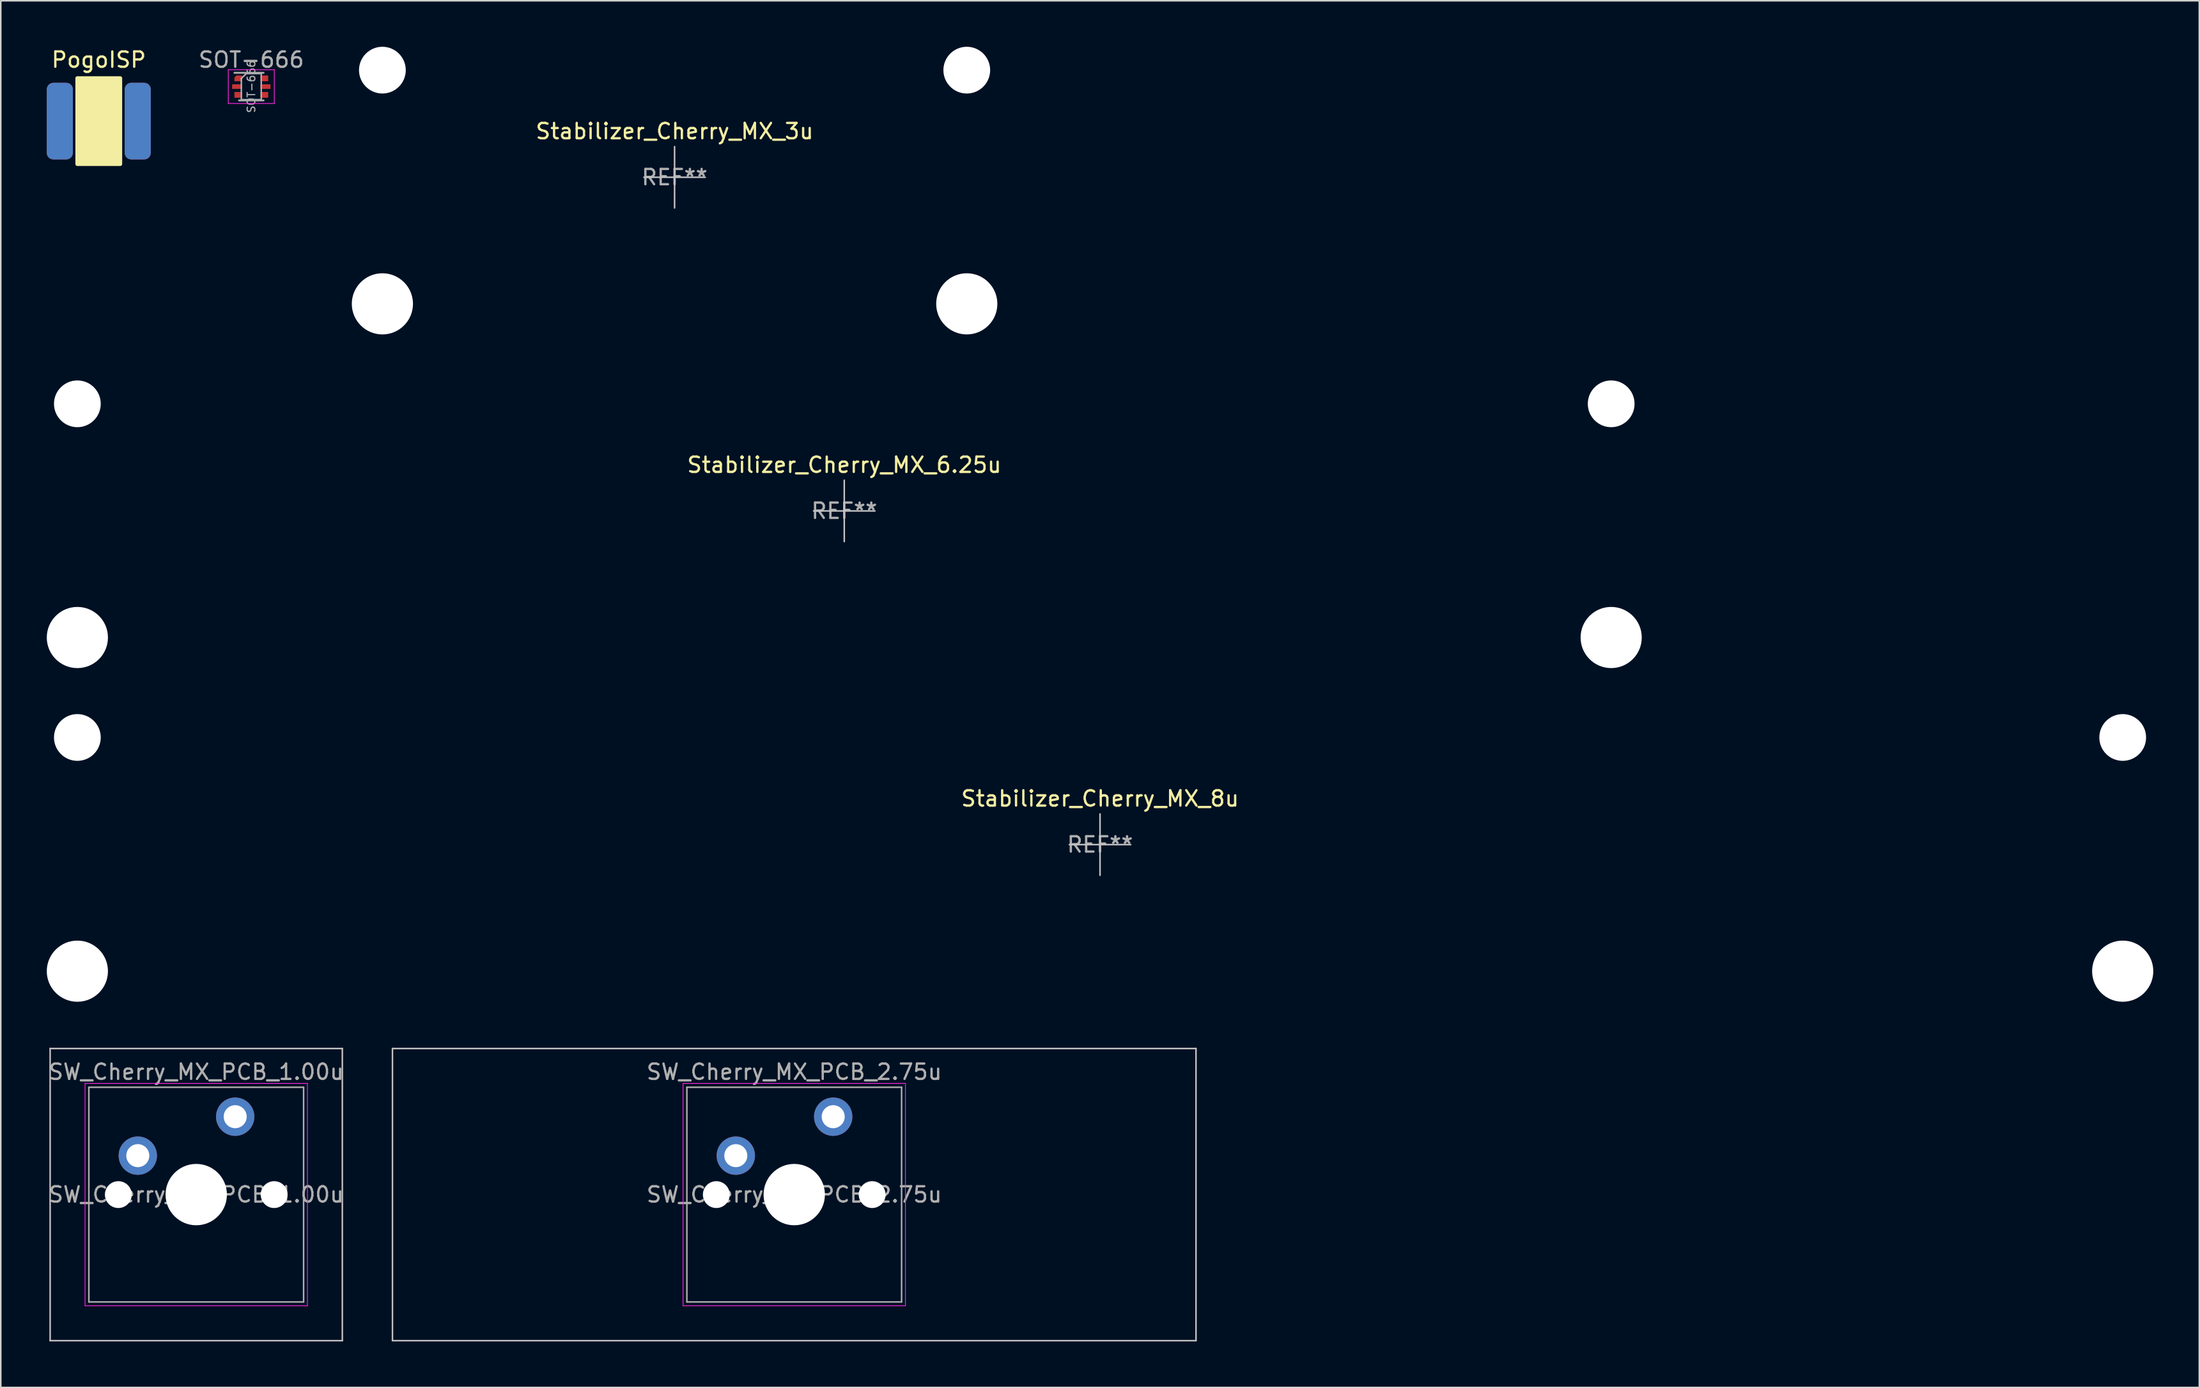
<source format=kicad_pcb>
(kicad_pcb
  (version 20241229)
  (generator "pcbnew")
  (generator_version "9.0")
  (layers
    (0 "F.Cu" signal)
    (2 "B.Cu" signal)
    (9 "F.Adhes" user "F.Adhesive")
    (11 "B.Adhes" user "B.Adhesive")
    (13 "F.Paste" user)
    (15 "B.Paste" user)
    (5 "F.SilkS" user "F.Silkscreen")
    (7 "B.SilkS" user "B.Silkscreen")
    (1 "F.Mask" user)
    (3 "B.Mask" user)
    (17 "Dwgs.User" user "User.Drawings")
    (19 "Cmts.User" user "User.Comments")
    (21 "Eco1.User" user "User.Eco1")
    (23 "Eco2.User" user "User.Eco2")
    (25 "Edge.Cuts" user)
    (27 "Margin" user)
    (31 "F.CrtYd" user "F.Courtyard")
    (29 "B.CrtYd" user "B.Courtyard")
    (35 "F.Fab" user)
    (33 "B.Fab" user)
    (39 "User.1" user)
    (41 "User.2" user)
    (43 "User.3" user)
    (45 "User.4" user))
  (footprint "Stabilizer_Cherry_MX_6.25u"
    (layer "F.Cu")
    (at 51.994 30.267)
    (property "Reference" "Stabilizer_Cherry_MX_6.25u" (at 0 -3 0) (layer "F.SilkS") (effects (font (size 1 1) (thickness 0.15))))
    (attr exclude_from_pos_files exclude_from_bom)
    (fp_line (start -2 0) (end 2 0) (stroke (width 0.1) (type solid)) (layer "Dwgs.User"))
    (fp_line (start 0 2) (end 0 -2) (stroke (width 0.1) (type solid)) (layer "Dwgs.User"))
    (fp_text user "REF**" (at 0 0 0) (layer "F.Fab") (effects (font (size 1 1) (thickness 0.15))))
    (pad "" np_thru_hole circle (at -50 -6.985) (size 3.048 3.048) (drill 3.048) (layers "*.Cu" "*.Mask"))
    (pad "" np_thru_hole circle (at -50 8.255) (size 3.988 3.988) (drill 3.988) (layers "*.Cu" "*.Mask"))
    (pad "" np_thru_hole circle (at 50 -6.985) (size 3.048 3.048) (drill 3.048) (layers "*.Cu" "*.Mask"))
    (pad "" np_thru_hole circle (at 50 8.255) (size 3.988 3.988) (drill 3.988) (layers "*.Cu" "*.Mask")))
  (footprint "SOT-666"
    (layer "F.Cu")
    (at 13.334 2.598)
    (property "Reference" "SOT-666" (at 0 -1.75 0) (layer "F.Fab") (effects (font (size 1 1) (thickness 0.15))))
    (attr smd)
    (fp_line (start -1.5 -1.1) (end -1.5 1.1) (stroke (width 0.05) (type solid)) (layer "F.CrtYd"))
    (fp_line (start -1.5 -1.1) (end 1.5 -1.1) (stroke (width 0.05) (type solid)) (layer "F.CrtYd"))
    (fp_line (start -1.5 1.1) (end 1.5 1.1) (stroke (width 0.05) (type solid)) (layer "F.CrtYd"))
    (fp_line (start 1.5 1.1) (end 1.5 -1.1) (stroke (width 0.05) (type solid)) (layer "F.CrtYd"))
    (fp_line (start -0.8 0.9) (end 0.8 0.9) (stroke (width 0.12) (type solid)) (layer "F.Fab"))
    (fp_line (start -0.65 -0.53) (end -0.65 0.85) (stroke (width 0.1) (type solid)) (layer "F.Fab"))
    (fp_line (start -0.65 -0.53) (end -0.33 -0.85) (stroke (width 0.1) (type solid)) (layer "F.Fab"))
    (fp_line (start 0.65 -0.85) (end -0.33 -0.85) (stroke (width 0.1) (type solid)) (layer "F.Fab"))
    (fp_line (start 0.65 -0.85) (end 0.65 0.85) (stroke (width 0.1) (type solid)) (layer "F.Fab"))
    (fp_line (start 0.65 0.85) (end -0.65 0.85) (stroke (width 0.1) (type solid)) (layer "F.Fab"))
    (fp_line (start 0.8 -0.9) (end -1.1 -0.9) (stroke (width 0.12) (type solid)) (layer "F.Fab"))
    (fp_text user "${REFERENCE}" (at 0 0 90) (layer "F.Fab") (effects (font (size 0.5 0.5) (thickness 0.075))))
    (pad "1" smd roundrect (at -0.85 -0.537) (size 0.5 0.375) (layers "F.Cu" "F.Mask" "F.Paste") (roundrect_rratio 0) (chamfer_ratio 0.35) (chamfer top_left))
    (pad "2" smd rect (at -0.925 0) (size 0.65 0.3) (layers "F.Cu" "F.Mask" "F.Paste"))
    (pad "3" smd rect (at -0.85 0.537) (size 0.5 0.375) (layers "F.Cu" "F.Mask" "F.Paste"))
    (pad "4" smd rect (at 0.85 0.537) (size 0.5 0.375) (layers "F.Cu" "F.Mask" "F.Paste"))
    (pad "5" smd rect (at 0.925 0) (size 0.65 0.3) (layers "F.Cu" "F.Mask" "F.Paste"))
    (pad "6" smd rect (at 0.85 -0.537) (size 0.5 0.375) (layers "F.Cu" "F.Mask" "F.Paste")))
  (footprint "PogoISP"
    (layer "F.Cu")
    (at 3.39 4.848)
    (property "Reference" "PogoISP" (at 0 -4 0) (layer "F.SilkS") (effects (font (size 1 1) (thickness 0.15))))
    (attr through_hole)
    (fp_rect (start -1.4 -2.8) (end 1.4 2.8) (stroke (width 0.25) (type solid)) (fill yes) (layer "F.SilkS"))
    (pad "1" smd roundrect (at -2.54 0 90) (size 5 1.7) (layers "F.Cu" "F.Mask" "F.Paste") (roundrect_rratio 0.25))
    (pad "2" smd roundrect (at -2.54 0 90) (size 5 1.7) (layers "B.Cu" "B.Mask" "B.Paste") (roundrect_rratio 0.25))
    (pad "3" smd roundrect (at 0 0 90) (size 5 1.7) (layers "F.Cu" "F.Mask" "F.Paste") (roundrect_rratio 0.25))
    (pad "4" smd roundrect (at 0 0 90) (size 5 1.7) (layers "B.Cu" "B.Mask" "B.Paste") (roundrect_rratio 0.25))
    (pad "5" smd roundrect (at 2.54 0 90) (size 5 1.7) (layers "F.Cu" "F.Mask" "F.Paste") (roundrect_rratio 0.25))
    (pad "6" smd roundrect (at 2.54 0 90) (size 5 1.7) (layers "B.Cu" "B.Mask" "B.Paste") (roundrect_rratio 0.25)))
  (footprint "SW_Cherry_MX_PCB_2.75u"
    (layer "F.Cu")
    (at 48.732 74.849)
    (property "Reference" "SW_Cherry_MX_PCB_2.75u" (at 0 -8 0) (layer "F.Fab") (effects (font (size 1 1) (thickness 0.15))))
    (fp_line (start -26.194 -9.525) (end -26.194 9.525) (stroke (width 0.1) (type solid)) (layer "Dwgs.User"))
    (fp_line (start -26.194 9.525) (end 26.194 9.525) (stroke (width 0.1) (type solid)) (layer "Dwgs.User"))
    (fp_line (start 26.194 -9.525) (end -26.194 -9.525) (stroke (width 0.1) (type solid)) (layer "Dwgs.User"))
    (fp_line (start 26.194 9.525) (end 26.194 -9.525) (stroke (width 0.1) (type solid)) (layer "Dwgs.User"))
    (fp_line (start -7.25 -7.25) (end -7.25 7.25) (stroke (width 0.05) (type solid)) (layer "F.CrtYd"))
    (fp_line (start -7.25 7.25) (end 7.25 7.25) (stroke (width 0.05) (type solid)) (layer "F.CrtYd"))
    (fp_line (start 7.25 -7.25) (end -7.25 -7.25) (stroke (width 0.05) (type solid)) (layer "F.CrtYd"))
    (fp_line (start 7.25 7.25) (end 7.25 -7.25) (stroke (width 0.05) (type solid)) (layer "F.CrtYd"))
    (fp_line (start -7 -7) (end -7 7) (stroke (width 0.1) (type solid)) (layer "F.Fab"))
    (fp_line (start -7 7) (end 7 7) (stroke (width 0.1) (type solid)) (layer "F.Fab"))
    (fp_line (start 7 -7) (end -7 -7) (stroke (width 0.1) (type solid)) (layer "F.Fab"))
    (fp_line (start 7 7) (end 7 -7) (stroke (width 0.1) (type solid)) (layer "F.Fab"))
    (fp_text user "${REFERENCE}" (at 0 0 0) (layer "F.Fab") (effects (font (size 1 1) (thickness 0.15))))
    (pad "" np_thru_hole circle (at -5.08 0) (size 1.75 1.75) (drill 1.75) (layers "*.Cu" "*.Mask"))
    (pad "" np_thru_hole circle (at 0 0) (size 4 4) (drill 4) (layers "*.Cu" "*.Mask"))
    (pad "" np_thru_hole circle (at 5.08 0) (size 1.75 1.75) (drill 1.75) (layers "*.Cu" "*.Mask"))
    (pad "1" thru_hole circle (at -3.81 -2.54) (size 2.5 2.5) (drill 1.5) (layers "*.Cu" "*.Mask"))
    (pad "2" thru_hole circle (at 2.54 -5.08) (size 2.5 2.5) (drill 1.5) (layers "*.Cu" "*.Mask")))
  (footprint "Stabilizer_Cherry_MX_8u"
    (layer "F.Cu")
    (at 68.669 52.025)
    (property "Reference" "Stabilizer_Cherry_MX_8u" (at 0 -3 0) (layer "F.SilkS") (effects (font (size 1 1) (thickness 0.15))))
    (attr exclude_from_pos_files exclude_from_bom)
    (fp_line (start -2 0) (end 2 0) (stroke (width 0.1) (type solid)) (layer "Dwgs.User"))
    (fp_line (start 0 2) (end 0 -2) (stroke (width 0.1) (type solid)) (layer "Dwgs.User"))
    (fp_text user "REF**" (at 0 0 0) (layer "F.Fab") (effects (font (size 1 1) (thickness 0.15))))
    (pad "" np_thru_hole circle (at -66.675 -6.985) (size 3.048 3.048) (drill 3.048) (layers "*.Cu" "*.Mask"))
    (pad "" np_thru_hole circle (at -66.675 8.255) (size 3.988 3.988) (drill 3.988) (layers "*.Cu" "*.Mask"))
    (pad "" np_thru_hole circle (at 66.675 -6.985) (size 3.048 3.048) (drill 3.048) (layers "*.Cu" "*.Mask"))
    (pad "" np_thru_hole circle (at 66.675 8.255) (size 3.988 3.988) (drill 3.988) (layers "*.Cu" "*.Mask")))
  (footprint "SW_Cherry_MX_PCB_1.00u"
    (layer "F.Cu")
    (at 9.744 74.849)
    (property "Reference" "SW_Cherry_MX_PCB_1.00u" (at 0 -8 0) (layer "F.Fab") (effects (font (size 1 1) (thickness 0.15))))
    (fp_line (start -9.525 -9.525) (end -9.525 9.525) (stroke (width 0.1) (type solid)) (layer "Dwgs.User"))
    (fp_line (start -9.525 9.525) (end 9.525 9.525) (stroke (width 0.1) (type solid)) (layer "Dwgs.User"))
    (fp_line (start 9.525 -9.525) (end -9.525 -9.525) (stroke (width 0.1) (type solid)) (layer "Dwgs.User"))
    (fp_line (start 9.525 9.525) (end 9.525 -9.525) (stroke (width 0.1) (type solid)) (layer "Dwgs.User"))
    (fp_line (start -7.25 -7.25) (end -7.25 7.25) (stroke (width 0.05) (type solid)) (layer "F.CrtYd"))
    (fp_line (start -7.25 7.25) (end 7.25 7.25) (stroke (width 0.05) (type solid)) (layer "F.CrtYd"))
    (fp_line (start 7.25 -7.25) (end -7.25 -7.25) (stroke (width 0.05) (type solid)) (layer "F.CrtYd"))
    (fp_line (start 7.25 7.25) (end 7.25 -7.25) (stroke (width 0.05) (type solid)) (layer "F.CrtYd"))
    (fp_line (start -7 -7) (end -7 7) (stroke (width 0.1) (type solid)) (layer "F.Fab"))
    (fp_line (start -7 7) (end 7 7) (stroke (width 0.1) (type solid)) (layer "F.Fab"))
    (fp_line (start 7 -7) (end -7 -7) (stroke (width 0.1) (type solid)) (layer "F.Fab"))
    (fp_line (start 7 7) (end 7 -7) (stroke (width 0.1) (type solid)) (layer "F.Fab"))
    (fp_text user "${REFERENCE}" (at 0 0 0) (layer "F.Fab") (effects (font (size 1 1) (thickness 0.15))))
    (pad "" np_thru_hole circle (at -5.08 0) (size 1.75 1.75) (drill 1.75) (layers "*.Cu" "*.Mask"))
    (pad "" np_thru_hole circle (at 0 0) (size 4 4) (drill 4) (layers "*.Cu" "*.Mask"))
    (pad "" np_thru_hole circle (at 5.08 0) (size 1.75 1.75) (drill 1.75) (layers "*.Cu" "*.Mask"))
    (pad "1" thru_hole circle (at -3.81 -2.54) (size 2.5 2.5) (drill 1.5) (layers "*.Cu" "*.Mask"))
    (pad "2" thru_hole circle (at 2.54 -5.08) (size 2.5 2.5) (drill 1.5) (layers "*.Cu" "*.Mask")))
  (footprint "Stabilizer_Cherry_MX_3u"
    (layer "F.Cu")
    (at 40.931 8.509)
    (property "Reference" "Stabilizer_Cherry_MX_3u" (at 0 -3 0) (layer "F.SilkS") (effects (font (size 1 1) (thickness 0.15))))
    (attr exclude_from_pos_files exclude_from_bom)
    (fp_line (start -2 0) (end 2 0) (stroke (width 0.1) (type solid)) (layer "Dwgs.User"))
    (fp_line (start 0 2) (end 0 -2) (stroke (width 0.1) (type solid)) (layer "Dwgs.User"))
    (fp_text user "REF**" (at 0 0 0) (layer "F.Fab") (effects (font (size 1 1) (thickness 0.15))))
    (pad "" np_thru_hole circle (at -19.05 -6.985) (size 3.048 3.048) (drill 3.048) (layers "*.Cu" "*.Mask"))
    (pad "" np_thru_hole circle (at -19.05 8.255) (size 3.988 3.988) (drill 3.988) (layers "*.Cu" "*.Mask"))
    (pad "" np_thru_hole circle (at 19.05 -6.985) (size 3.048 3.048) (drill 3.048) (layers "*.Cu" "*.Mask"))
    (pad "" np_thru_hole circle (at 19.05 8.255) (size 3.988 3.988) (drill 3.988) (layers "*.Cu" "*.Mask")))
  (gr_rect
    (start -3 -3)
    (end 140.338 87.424)
    (stroke (width 0.1) (type default))
    (fill no)
    (layer "Edge.Cuts")))
</source>
